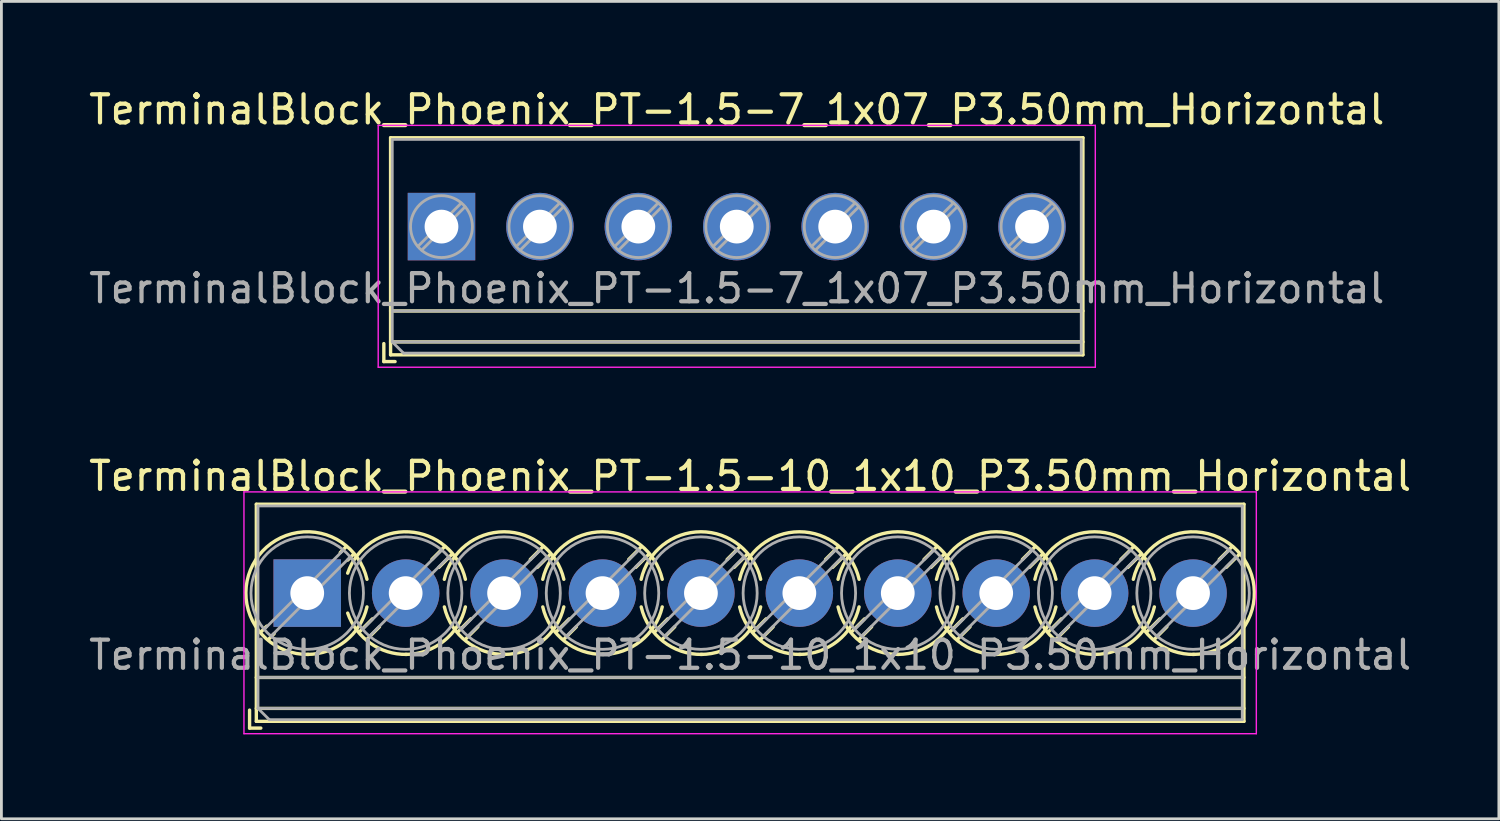
<source format=kicad_pcb>
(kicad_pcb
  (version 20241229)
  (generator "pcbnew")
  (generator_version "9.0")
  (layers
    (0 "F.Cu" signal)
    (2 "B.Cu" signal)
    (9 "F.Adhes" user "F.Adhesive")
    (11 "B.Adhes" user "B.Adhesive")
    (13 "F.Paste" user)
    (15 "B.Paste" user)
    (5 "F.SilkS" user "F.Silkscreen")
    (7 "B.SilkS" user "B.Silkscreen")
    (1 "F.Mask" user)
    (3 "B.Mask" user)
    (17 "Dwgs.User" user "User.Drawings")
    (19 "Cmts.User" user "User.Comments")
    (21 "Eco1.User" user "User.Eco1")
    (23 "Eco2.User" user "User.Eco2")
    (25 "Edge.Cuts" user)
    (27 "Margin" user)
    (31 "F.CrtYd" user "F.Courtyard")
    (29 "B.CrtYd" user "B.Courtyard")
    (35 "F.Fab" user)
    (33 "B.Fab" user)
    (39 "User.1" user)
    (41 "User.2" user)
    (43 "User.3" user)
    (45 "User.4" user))
  (footprint "TerminalBlock_Phoenix_PT-1.5-10_1x10_P3.50mm_Horizontal"
    (layer "F.Cu")
    (at 7.875 18.041)
    (property "Reference" "TerminalBlock_Phoenix_PT-1.5-10_1x10_P3.50mm_Horizontal" (at 15.75 -4.16 0) (layer "F.SilkS") (effects (font (size 1 1) (thickness 0.15))))
    (attr through_hole)
    (fp_line (start -2.05 4.16) (end -2.05 4.8) (stroke (width 0.12) (type solid)) (layer "F.SilkS"))
    (fp_line (start -2.05 4.8) (end -1.65 4.8) (stroke (width 0.12) (type solid)) (layer "F.SilkS"))
    (fp_line (start -1.81 -3.16) (end -1.81 4.56) (stroke (width 0.12) (type solid)) (layer "F.SilkS"))
    (fp_line (start -1.81 -3.16) (end 33.31 -3.16) (stroke (width 0.12) (type solid)) (layer "F.SilkS"))
    (fp_line (start -1.81 3) (end 33.31 3) (stroke (width 0.12) (type solid)) (layer "F.SilkS"))
    (fp_line (start -1.81 4.1) (end 33.31 4.1) (stroke (width 0.12) (type solid)) (layer "F.SilkS"))
    (fp_line (start -1.81 4.56) (end 33.31 4.56) (stroke (width 0.12) (type solid)) (layer "F.SilkS"))
    (fp_line (start -1.441 1.175) (end -1.654 1.388) (stroke (width 0.12) (type solid)) (layer "F.SilkS"))
    (fp_line (start -1.175 1.441) (end -1.388 1.654) (stroke (width 0.12) (type solid)) (layer "F.SilkS"))
    (fp_line (start 1.388 -1.654) (end 1.175 -1.441) (stroke (width 0.12) (type solid)) (layer "F.SilkS"))
    (fp_line (start 1.654 -1.388) (end 1.441 -1.175) (stroke (width 0.12) (type solid)) (layer "F.SilkS"))
    (fp_line (start 2.318 0.916) (end 1.847 1.388) (stroke (width 0.12) (type solid)) (layer "F.SilkS"))
    (fp_line (start 2.569 1.198) (end 2.113 1.654) (stroke (width 0.12) (type solid)) (layer "F.SilkS"))
    (fp_line (start 4.888 -1.654) (end 4.432 -1.198) (stroke (width 0.12) (type solid)) (layer "F.SilkS"))
    (fp_line (start 5.154 -1.388) (end 4.683 -0.916) (stroke (width 0.12) (type solid)) (layer "F.SilkS"))
    (fp_line (start 5.818 0.916) (end 5.347 1.388) (stroke (width 0.12) (type solid)) (layer "F.SilkS"))
    (fp_line (start 6.069 1.198) (end 5.613 1.654) (stroke (width 0.12) (type solid)) (layer "F.SilkS"))
    (fp_line (start 8.388 -1.654) (end 7.932 -1.198) (stroke (width 0.12) (type solid)) (layer "F.SilkS"))
    (fp_line (start 8.654 -1.388) (end 8.183 -0.916) (stroke (width 0.12) (type solid)) (layer "F.SilkS"))
    (fp_line (start 9.318 0.916) (end 8.847 1.388) (stroke (width 0.12) (type solid)) (layer "F.SilkS"))
    (fp_line (start 9.569 1.198) (end 9.113 1.654) (stroke (width 0.12) (type solid)) (layer "F.SilkS"))
    (fp_line (start 11.888 -1.654) (end 11.432 -1.198) (stroke (width 0.12) (type solid)) (layer "F.SilkS"))
    (fp_line (start 12.154 -1.388) (end 11.683 -0.916) (stroke (width 0.12) (type solid)) (layer "F.SilkS"))
    (fp_line (start 12.818 0.916) (end 12.347 1.388) (stroke (width 0.12) (type solid)) (layer "F.SilkS"))
    (fp_line (start 13.069 1.198) (end 12.613 1.654) (stroke (width 0.12) (type solid)) (layer "F.SilkS"))
    (fp_line (start 15.388 -1.654) (end 14.932 -1.198) (stroke (width 0.12) (type solid)) (layer "F.SilkS"))
    (fp_line (start 15.654 -1.388) (end 15.183 -0.916) (stroke (width 0.12) (type solid)) (layer "F.SilkS"))
    (fp_line (start 16.318 0.916) (end 15.847 1.388) (stroke (width 0.12) (type solid)) (layer "F.SilkS"))
    (fp_line (start 16.569 1.198) (end 16.113 1.654) (stroke (width 0.12) (type solid)) (layer "F.SilkS"))
    (fp_line (start 18.888 -1.654) (end 18.432 -1.198) (stroke (width 0.12) (type solid)) (layer "F.SilkS"))
    (fp_line (start 19.154 -1.388) (end 18.683 -0.916) (stroke (width 0.12) (type solid)) (layer "F.SilkS"))
    (fp_line (start 19.818 0.916) (end 19.347 1.388) (stroke (width 0.12) (type solid)) (layer "F.SilkS"))
    (fp_line (start 20.069 1.198) (end 19.613 1.654) (stroke (width 0.12) (type solid)) (layer "F.SilkS"))
    (fp_line (start 22.388 -1.654) (end 21.932 -1.198) (stroke (width 0.12) (type solid)) (layer "F.SilkS"))
    (fp_line (start 22.654 -1.388) (end 22.183 -0.916) (stroke (width 0.12) (type solid)) (layer "F.SilkS"))
    (fp_line (start 23.318 0.916) (end 22.847 1.388) (stroke (width 0.12) (type solid)) (layer "F.SilkS"))
    (fp_line (start 23.569 1.198) (end 23.113 1.654) (stroke (width 0.12) (type solid)) (layer "F.SilkS"))
    (fp_line (start 25.888 -1.654) (end 25.432 -1.198) (stroke (width 0.12) (type solid)) (layer "F.SilkS"))
    (fp_line (start 26.154 -1.388) (end 25.683 -0.916) (stroke (width 0.12) (type solid)) (layer "F.SilkS"))
    (fp_line (start 26.818 0.916) (end 26.347 1.388) (stroke (width 0.12) (type solid)) (layer "F.SilkS"))
    (fp_line (start 27.069 1.198) (end 26.613 1.654) (stroke (width 0.12) (type solid)) (layer "F.SilkS"))
    (fp_line (start 29.388 -1.654) (end 28.932 -1.198) (stroke (width 0.12) (type solid)) (layer "F.SilkS"))
    (fp_line (start 29.654 -1.388) (end 29.183 -0.916) (stroke (width 0.12) (type solid)) (layer "F.SilkS"))
    (fp_line (start 30.318 0.916) (end 29.847 1.388) (stroke (width 0.12) (type solid)) (layer "F.SilkS"))
    (fp_line (start 30.569 1.198) (end 30.113 1.654) (stroke (width 0.12) (type solid)) (layer "F.SilkS"))
    (fp_line (start 32.888 -1.654) (end 32.432 -1.198) (stroke (width 0.12) (type solid)) (layer "F.SilkS"))
    (fp_line (start 33.154 -1.388) (end 32.683 -0.916) (stroke (width 0.12) (type solid)) (layer "F.SilkS"))
    (fp_line (start 33.31 -3.16) (end 33.31 4.56) (stroke (width 0.12) (type solid)) (layer "F.SilkS"))
    (fp_arc (start 0.038458 2.180648) (mid -1.718884 -1.342439) (end 2.125 -0.491) (stroke (width 0.12) (type solid)) (layer "F.SilkS"))
    (fp_arc (start 1.437707 -0.709687) (mid 3.61375 -2.17802) (end 5.625 -0.491) (stroke (width 0.12) (type solid)) (layer "F.SilkS"))
    (fp_arc (start 2.124127 0.490393) (mid 1.357082 1.706086) (end 0 2.18) (stroke (width 0.12) (type solid)) (layer "F.SilkS"))
    (fp_arc (start 3.538366 2.17953) (mid 2.249943 1.785828) (end 1.439 0.71) (stroke (width 0.12) (type solid)) (layer "F.SilkS"))
    (fp_arc (start 4.874822 -0.490231) (mid 6.999605 -2.180988) (end 9.125 -0.491) (stroke (width 0.12) (type solid)) (layer "F.SilkS"))
    (fp_arc (start 5.624127 0.490393) (mid 4.857082 1.706086) (end 3.5 2.18) (stroke (width 0.12) (type solid)) (layer "F.SilkS"))
    (fp_arc (start 7.038666 2.17967) (mid 5.658338 1.718255) (end 4.876 0.491) (stroke (width 0.12) (type solid)) (layer "F.SilkS"))
    (fp_arc (start 8.374822 -0.490231) (mid 10.499605 -2.180988) (end 12.625 -0.491) (stroke (width 0.12) (type solid)) (layer "F.SilkS"))
    (fp_arc (start 9.124127 0.490393) (mid 8.357082 1.706086) (end 7 2.18) (stroke (width 0.12) (type solid)) (layer "F.SilkS"))
    (fp_arc (start 10.538666 2.17967) (mid 9.158338 1.718255) (end 8.376 0.491) (stroke (width 0.12) (type solid)) (layer "F.SilkS"))
    (fp_arc (start 11.874822 -0.490231) (mid 13.999605 -2.180988) (end 16.125 -0.491) (stroke (width 0.12) (type solid)) (layer "F.SilkS"))
    (fp_arc (start 12.624127 0.490393) (mid 11.857082 1.706086) (end 10.5 2.18) (stroke (width 0.12) (type solid)) (layer "F.SilkS"))
    (fp_arc (start 14.038666 2.17967) (mid 12.658338 1.718255) (end 11.876 0.491) (stroke (width 0.12) (type solid)) (layer "F.SilkS"))
    (fp_arc (start 15.374822 -0.490231) (mid 17.499605 -2.180988) (end 19.625 -0.491) (stroke (width 0.12) (type solid)) (layer "F.SilkS"))
    (fp_arc (start 16.124127 0.490393) (mid 15.357082 1.706086) (end 14 2.18) (stroke (width 0.12) (type solid)) (layer "F.SilkS"))
    (fp_arc (start 17.538666 2.17967) (mid 16.158338 1.718255) (end 15.376 0.491) (stroke (width 0.12) (type solid)) (layer "F.SilkS"))
    (fp_arc (start 18.874822 -0.490231) (mid 20.999605 -2.180988) (end 23.125 -0.491) (stroke (width 0.12) (type solid)) (layer "F.SilkS"))
    (fp_arc (start 19.624127 0.490393) (mid 18.857082 1.706086) (end 17.5 2.18) (stroke (width 0.12) (type solid)) (layer "F.SilkS"))
    (fp_arc (start 21.038666 2.17967) (mid 19.658338 1.718255) (end 18.876 0.491) (stroke (width 0.12) (type solid)) (layer "F.SilkS"))
    (fp_arc (start 22.374822 -0.490231) (mid 24.499605 -2.180988) (end 26.625 -0.491) (stroke (width 0.12) (type solid)) (layer "F.SilkS"))
    (fp_arc (start 23.124127 0.490393) (mid 22.357082 1.706086) (end 21 2.18) (stroke (width 0.12) (type solid)) (layer "F.SilkS"))
    (fp_arc (start 24.538666 2.17967) (mid 23.158338 1.718255) (end 22.376 0.491) (stroke (width 0.12) (type solid)) (layer "F.SilkS"))
    (fp_arc (start 25.874822 -0.490231) (mid 27.999605 -2.180988) (end 30.125 -0.491) (stroke (width 0.12) (type solid)) (layer "F.SilkS"))
    (fp_arc (start 26.624127 0.490393) (mid 25.857082 1.706086) (end 24.5 2.18) (stroke (width 0.12) (type solid)) (layer "F.SilkS"))
    (fp_arc (start 28.038666 2.17967) (mid 26.658338 1.718255) (end 25.876 0.491) (stroke (width 0.12) (type solid)) (layer "F.SilkS"))
    (fp_arc (start 29.375873 -0.490393) (mid 33.206086 -1.357082) (end 31.5 2.18) (stroke (width 0.12) (type solid)) (layer "F.SilkS"))
    (fp_arc (start 30.124127 0.490393) (mid 29.357082 1.706086) (end 28 2.18) (stroke (width 0.12) (type solid)) (layer "F.SilkS"))
    (fp_arc (start 31.538666 2.17967) (mid 30.158338 1.718255) (end 29.376 0.491) (stroke (width 0.12) (type solid)) (layer "F.SilkS"))
    (fp_line (start -2.25 -3.6) (end -2.25 5) (stroke (width 0.05) (type solid)) (layer "F.CrtYd"))
    (fp_line (start -2.25 5) (end 33.75 5) (stroke (width 0.05) (type solid)) (layer "F.CrtYd"))
    (fp_line (start 33.75 -3.6) (end -2.25 -3.6) (stroke (width 0.05) (type solid)) (layer "F.CrtYd"))
    (fp_line (start 33.75 5) (end 33.75 -3.6) (stroke (width 0.05) (type solid)) (layer "F.CrtYd"))
    (fp_line (start -1.75 -3.1) (end 33.25 -3.1) (stroke (width 0.1) (type solid)) (layer "F.Fab"))
    (fp_line (start -1.75 3) (end 33.25 3) (stroke (width 0.1) (type solid)) (layer "F.Fab"))
    (fp_line (start -1.75 4.1) (end -1.75 -3.1) (stroke (width 0.1) (type solid)) (layer "F.Fab"))
    (fp_line (start -1.75 4.1) (end 33.25 4.1) (stroke (width 0.1) (type solid)) (layer "F.Fab"))
    (fp_line (start -1.35 4.5) (end -1.75 4.1) (stroke (width 0.1) (type solid)) (layer "F.Fab"))
    (fp_line (start 1.273 -1.517) (end -1.517 1.273) (stroke (width 0.1) (type solid)) (layer "F.Fab"))
    (fp_line (start 1.517 -1.273) (end -1.273 1.517) (stroke (width 0.1) (type solid)) (layer "F.Fab"))
    (fp_line (start 4.773 -1.517) (end 1.984 1.273) (stroke (width 0.1) (type solid)) (layer "F.Fab"))
    (fp_line (start 5.017 -1.273) (end 2.228 1.517) (stroke (width 0.1) (type solid)) (layer "F.Fab"))
    (fp_line (start 8.273 -1.517) (end 5.484 1.273) (stroke (width 0.1) (type solid)) (layer "F.Fab"))
    (fp_line (start 8.517 -1.273) (end 5.728 1.517) (stroke (width 0.1) (type solid)) (layer "F.Fab"))
    (fp_line (start 11.773 -1.517) (end 8.984 1.273) (stroke (width 0.1) (type solid)) (layer "F.Fab"))
    (fp_line (start 12.017 -1.273) (end 9.228 1.517) (stroke (width 0.1) (type solid)) (layer "F.Fab"))
    (fp_line (start 15.273 -1.517) (end 12.484 1.273) (stroke (width 0.1) (type solid)) (layer "F.Fab"))
    (fp_line (start 15.517 -1.273) (end 12.728 1.517) (stroke (width 0.1) (type solid)) (layer "F.Fab"))
    (fp_line (start 18.773 -1.517) (end 15.984 1.273) (stroke (width 0.1) (type solid)) (layer "F.Fab"))
    (fp_line (start 19.017 -1.273) (end 16.228 1.517) (stroke (width 0.1) (type solid)) (layer "F.Fab"))
    (fp_line (start 22.273 -1.517) (end 19.484 1.273) (stroke (width 0.1) (type solid)) (layer "F.Fab"))
    (fp_line (start 22.517 -1.273) (end 19.728 1.517) (stroke (width 0.1) (type solid)) (layer "F.Fab"))
    (fp_line (start 25.773 -1.517) (end 22.984 1.273) (stroke (width 0.1) (type solid)) (layer "F.Fab"))
    (fp_line (start 26.017 -1.273) (end 23.228 1.517) (stroke (width 0.1) (type solid)) (layer "F.Fab"))
    (fp_line (start 29.273 -1.517) (end 26.484 1.273) (stroke (width 0.1) (type solid)) (layer "F.Fab"))
    (fp_line (start 29.517 -1.273) (end 26.728 1.517) (stroke (width 0.1) (type solid)) (layer "F.Fab"))
    (fp_line (start 32.773 -1.517) (end 29.984 1.273) (stroke (width 0.1) (type solid)) (layer "F.Fab"))
    (fp_line (start 33.017 -1.273) (end 30.228 1.517) (stroke (width 0.1) (type solid)) (layer "F.Fab"))
    (fp_line (start 33.25 -3.1) (end 33.25 4.5) (stroke (width 0.1) (type solid)) (layer "F.Fab"))
    (fp_line (start 33.25 4.5) (end -1.35 4.5) (stroke (width 0.1) (type solid)) (layer "F.Fab"))
    (fp_circle (center 0 0) (end 2 0) (stroke (width 0.1) (type solid)) (fill no) (layer "F.Fab"))
    (fp_circle (center 3.5 0) (end 5.5 0) (stroke (width 0.1) (type solid)) (fill no) (layer "F.Fab"))
    (fp_circle (center 7 0) (end 9 0) (stroke (width 0.1) (type solid)) (fill no) (layer "F.Fab"))
    (fp_circle (center 10.5 0) (end 12.5 0) (stroke (width 0.1) (type solid)) (fill no) (layer "F.Fab"))
    (fp_circle (center 14 0) (end 16 0) (stroke (width 0.1) (type solid)) (fill no) (layer "F.Fab"))
    (fp_circle (center 17.5 0) (end 19.5 0) (stroke (width 0.1) (type solid)) (fill no) (layer "F.Fab"))
    (fp_circle (center 21 0) (end 23 0) (stroke (width 0.1) (type solid)) (fill no) (layer "F.Fab"))
    (fp_circle (center 24.5 0) (end 26.5 0) (stroke (width 0.1) (type solid)) (fill no) (layer "F.Fab"))
    (fp_circle (center 28 0) (end 30 0) (stroke (width 0.1) (type solid)) (fill no) (layer "F.Fab"))
    (fp_circle (center 31.5 0) (end 33.5 0) (stroke (width 0.1) (type solid)) (fill no) (layer "F.Fab"))
    (fp_text user "${REFERENCE}" (at 15.75 2.2 0) (layer "F.Fab") (effects (font (size 1 1) (thickness 0.15))))
    (pad "1" thru_hole rect (at 0 0) (size 2.4 2.4) (drill 1.2) (layers "*.Cu" "*.Mask"))
    (pad "2" thru_hole circle (at 3.5 0) (size 2.4 2.4) (drill 1.2) (layers "*.Cu" "*.Mask"))
    (pad "3" thru_hole circle (at 7 0) (size 2.4 2.4) (drill 1.2) (layers "*.Cu" "*.Mask"))
    (pad "4" thru_hole circle (at 10.5 0) (size 2.4 2.4) (drill 1.2) (layers "*.Cu" "*.Mask"))
    (pad "5" thru_hole circle (at 14 0) (size 2.4 2.4) (drill 1.2) (layers "*.Cu" "*.Mask"))
    (pad "6" thru_hole circle (at 17.5 0) (size 2.4 2.4) (drill 1.2) (layers "*.Cu" "*.Mask"))
    (pad "7" thru_hole circle (at 21 0) (size 2.4 2.4) (drill 1.2) (layers "*.Cu" "*.Mask"))
    (pad "8" thru_hole circle (at 24.5 0) (size 2.4 2.4) (drill 1.2) (layers "*.Cu" "*.Mask"))
    (pad "9" thru_hole circle (at 28 0) (size 2.4 2.4) (drill 1.2) (layers "*.Cu" "*.Mask"))
    (pad "10" thru_hole circle (at 31.5 0) (size 2.4 2.4) (drill 1.2) (layers "*.Cu" "*.Mask")))
  (footprint "TerminalBlock_Phoenix_PT-1.5-7_1x07_P3.50mm_Horizontal"
    (layer "F.Cu")
    (at 12.649 5.008)
    (property "Reference" "TerminalBlock_Phoenix_PT-1.5-7_1x07_P3.50mm_Horizontal" (at 10.5 -4.16 0) (layer "F.SilkS") (effects (font (size 1 1) (thickness 0.15))))
    (attr through_hole)
    (fp_line (start -2.05 4.16) (end -2.05 4.8) (stroke (width 0.12) (type solid)) (layer "F.SilkS"))
    (fp_line (start -2.05 4.8) (end -1.65 4.8) (stroke (width 0.12) (type solid)) (layer "F.SilkS"))
    (fp_line (start -1.81 -3.16) (end -1.81 4.56) (stroke (width 0.12) (type solid)) (layer "F.SilkS"))
    (fp_line (start -1.81 -3.16) (end 22.81 -3.16) (stroke (width 0.12) (type solid)) (layer "F.SilkS"))
    (fp_line (start -1.81 3) (end 22.81 3) (stroke (width 0.12) (type solid)) (layer "F.SilkS"))
    (fp_line (start -1.81 4.1) (end 22.81 4.1) (stroke (width 0.12) (type solid)) (layer "F.SilkS"))
    (fp_line (start -1.81 4.56) (end 22.81 4.56) (stroke (width 0.12) (type solid)) (layer "F.SilkS"))
    (fp_line (start 22.81 -3.16) (end 22.81 4.56) (stroke (width 0.12) (type solid)) (layer "F.SilkS"))
    (fp_line (start -2.25 -3.6) (end -2.25 5) (stroke (width 0.05) (type solid)) (layer "F.CrtYd"))
    (fp_line (start -2.25 5) (end 23.25 5) (stroke (width 0.05) (type solid)) (layer "F.CrtYd"))
    (fp_line (start 23.25 -3.6) (end -2.25 -3.6) (stroke (width 0.05) (type solid)) (layer "F.CrtYd"))
    (fp_line (start 23.25 5) (end 23.25 -3.6) (stroke (width 0.05) (type solid)) (layer "F.CrtYd"))
    (fp_line (start -1.75 -3.1) (end 22.75 -3.1) (stroke (width 0.1) (type solid)) (layer "F.Fab"))
    (fp_line (start -1.75 3) (end 22.75 3) (stroke (width 0.1) (type solid)) (layer "F.Fab"))
    (fp_line (start -1.75 4.1) (end -1.75 -3.1) (stroke (width 0.1) (type solid)) (layer "F.Fab"))
    (fp_line (start -1.75 4.1) (end 22.75 4.1) (stroke (width 0.1) (type solid)) (layer "F.Fab"))
    (fp_line (start -1.35 4.5) (end -1.75 4.1) (stroke (width 0.1) (type solid)) (layer "F.Fab"))
    (fp_line (start 0.701 -0.835) (end -0.835 0.7) (stroke (width 0.1) (type solid)) (layer "F.Fab"))
    (fp_line (start 0.835 -0.7) (end -0.701 0.835) (stroke (width 0.1) (type solid)) (layer "F.Fab"))
    (fp_line (start 4.201 -0.835) (end 2.666 0.7) (stroke (width 0.1) (type solid)) (layer "F.Fab"))
    (fp_line (start 4.335 -0.7) (end 2.8 0.835) (stroke (width 0.1) (type solid)) (layer "F.Fab"))
    (fp_line (start 7.701 -0.835) (end 6.166 0.7) (stroke (width 0.1) (type solid)) (layer "F.Fab"))
    (fp_line (start 7.835 -0.7) (end 6.3 0.835) (stroke (width 0.1) (type solid)) (layer "F.Fab"))
    (fp_line (start 11.201 -0.835) (end 9.666 0.7) (stroke (width 0.1) (type solid)) (layer "F.Fab"))
    (fp_line (start 11.335 -0.7) (end 9.8 0.835) (stroke (width 0.1) (type solid)) (layer "F.Fab"))
    (fp_line (start 14.701 -0.835) (end 13.166 0.7) (stroke (width 0.1) (type solid)) (layer "F.Fab"))
    (fp_line (start 14.835 -0.7) (end 13.3 0.835) (stroke (width 0.1) (type solid)) (layer "F.Fab"))
    (fp_line (start 18.201 -0.835) (end 16.666 0.7) (stroke (width 0.1) (type solid)) (layer "F.Fab"))
    (fp_line (start 18.335 -0.7) (end 16.8 0.835) (stroke (width 0.1) (type solid)) (layer "F.Fab"))
    (fp_line (start 21.701 -0.835) (end 20.166 0.7) (stroke (width 0.1) (type solid)) (layer "F.Fab"))
    (fp_line (start 21.835 -0.7) (end 20.3 0.835) (stroke (width 0.1) (type solid)) (layer "F.Fab"))
    (fp_line (start 22.75 -3.1) (end 22.75 4.5) (stroke (width 0.1) (type solid)) (layer "F.Fab"))
    (fp_line (start 22.75 4.5) (end -1.35 4.5) (stroke (width 0.1) (type solid)) (layer "F.Fab"))
    (fp_circle (center 0 0) (end 1.1 0) (stroke (width 0.1) (type solid)) (fill no) (layer "F.Fab"))
    (fp_circle (center 3.5 0) (end 4.6 0) (stroke (width 0.1) (type solid)) (fill no) (layer "F.Fab"))
    (fp_circle (center 7 0) (end 8.1 0) (stroke (width 0.1) (type solid)) (fill no) (layer "F.Fab"))
    (fp_circle (center 10.5 0) (end 11.6 0) (stroke (width 0.1) (type solid)) (fill no) (layer "F.Fab"))
    (fp_circle (center 14 0) (end 15.1 0) (stroke (width 0.1) (type solid)) (fill no) (layer "F.Fab"))
    (fp_circle (center 17.5 0) (end 18.6 0) (stroke (width 0.1) (type solid)) (fill no) (layer "F.Fab"))
    (fp_circle (center 21 0) (end 22.1 0) (stroke (width 0.1) (type solid)) (fill no) (layer "F.Fab"))
    (fp_text user "${REFERENCE}" (at 10.5 2.2 0) (layer "F.Fab") (effects (font (size 1 1) (thickness 0.15))))
    (pad "1" thru_hole rect (at 0 0) (size 2.4 2.4) (drill 1.2) (layers "*.Cu" "*.Mask"))
    (pad "2" thru_hole circle (at 3.5 0) (size 2.4 2.4) (drill 1.2) (layers "*.Cu" "*.Mask"))
    (pad "3" thru_hole circle (at 7 0) (size 2.4 2.4) (drill 1.2) (layers "*.Cu" "*.Mask"))
    (pad "4" thru_hole circle (at 10.5 0) (size 2.4 2.4) (drill 1.2) (layers "*.Cu" "*.Mask"))
    (pad "5" thru_hole circle (at 14 0) (size 2.4 2.4) (drill 1.2) (layers "*.Cu" "*.Mask"))
    (pad "6" thru_hole circle (at 17.5 0) (size 2.4 2.4) (drill 1.2) (layers "*.Cu" "*.Mask"))
    (pad "7" thru_hole circle (at 21 0) (size 2.4 2.4) (drill 1.2) (layers "*.Cu" "*.Mask")))
  (gr_rect
    (start -3 -3)
    (end 50.25 26.067)
    (stroke (width 0.1) (type default))
    (fill no)
    (layer "Edge.Cuts")))
</source>
